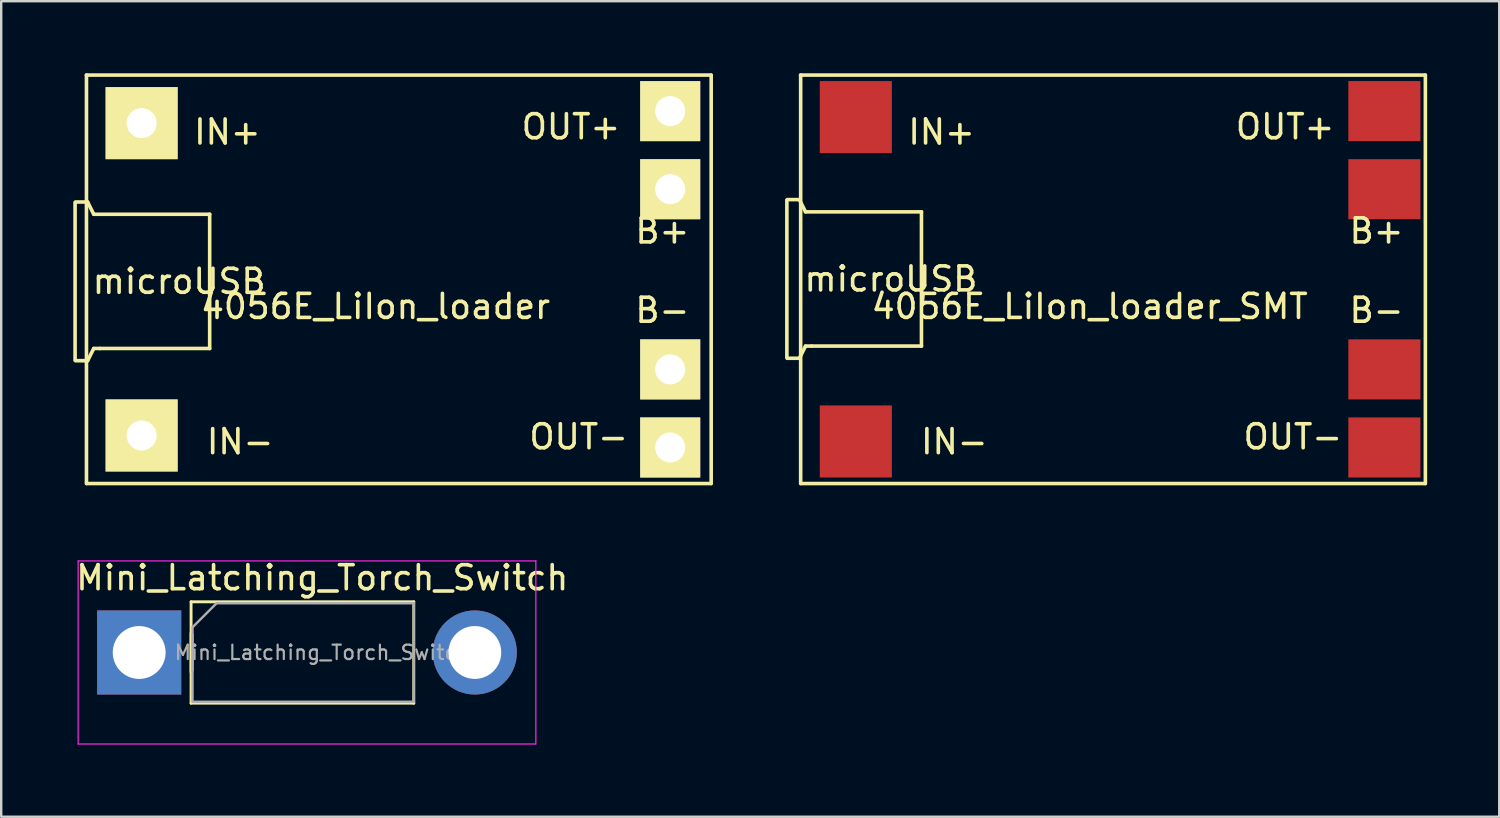
<source format=kicad_pcb>
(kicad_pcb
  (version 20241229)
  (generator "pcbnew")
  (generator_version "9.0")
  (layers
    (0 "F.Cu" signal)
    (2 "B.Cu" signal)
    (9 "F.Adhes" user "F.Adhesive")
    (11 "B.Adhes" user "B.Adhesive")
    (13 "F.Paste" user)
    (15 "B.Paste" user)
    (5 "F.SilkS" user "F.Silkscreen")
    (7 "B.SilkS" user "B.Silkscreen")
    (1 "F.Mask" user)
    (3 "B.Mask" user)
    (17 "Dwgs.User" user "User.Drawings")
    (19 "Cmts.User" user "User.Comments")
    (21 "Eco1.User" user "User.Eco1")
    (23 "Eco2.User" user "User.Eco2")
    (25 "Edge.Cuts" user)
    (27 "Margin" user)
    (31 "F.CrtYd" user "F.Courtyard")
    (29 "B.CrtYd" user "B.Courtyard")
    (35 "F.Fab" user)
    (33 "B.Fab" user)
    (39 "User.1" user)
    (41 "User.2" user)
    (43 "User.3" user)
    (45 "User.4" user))
  (footprint "4056E_LiIon_loader"
    (layer "F.Cu")
    (at 13.845 8.575)
    (property "Reference" "4056E_LiIon_loader" (at -1.266 1.13 0) (layer "F.SilkS") (effects (font (size 1 1) (thickness 0.15))))
    (attr through_hole)
    (fp_line (start -13.77 3.36) (end -13.77 -3.19) (stroke (width 0.15) (type solid)) (layer "F.SilkS"))
    (fp_line (start -13.756 -3.216) (end -13.248 -3.216) (stroke (width 0.15) (type solid)) (layer "F.SilkS"))
    (fp_line (start -13.756 3.388) (end -13.248 3.388) (stroke (width 0.15) (type solid)) (layer "F.SilkS"))
    (fp_line (start -13.3 -8.5) (end 12.7 -8.5) (stroke (width 0.15) (type solid)) (layer "F.SilkS"))
    (fp_line (start -13.296 8.5) (end -13.296 -8.5) (stroke (width 0.15) (type solid)) (layer "F.SilkS"))
    (fp_line (start -13.29 8.5) (end 12.7 8.5) (stroke (width 0.15) (type solid)) (layer "F.SilkS"))
    (fp_line (start -13.248 -3.216) (end -12.994 -2.708) (stroke (width 0.15) (type solid)) (layer "F.SilkS"))
    (fp_line (start -13.248 3.388) (end -12.994 2.88) (stroke (width 0.15) (type solid)) (layer "F.SilkS"))
    (fp_line (start -12.994 -2.708) (end -8.168 -2.708) (stroke (width 0.15) (type solid)) (layer "F.SilkS"))
    (fp_line (start -12.994 2.88) (end -12.74 2.88) (stroke (width 0.15) (type solid)) (layer "F.SilkS"))
    (fp_line (start -8.168 -2.708) (end -8.168 2.88) (stroke (width 0.15) (type solid)) (layer "F.SilkS"))
    (fp_line (start -8.168 2.88) (end -12.74 2.88) (stroke (width 0.15) (type solid)) (layer "F.SilkS"))
    (fp_line (start 12.706 -8.5) (end 12.706 8.5) (stroke (width 0.15) (type solid)) (layer "F.SilkS"))
    (fp_text user "microUSB" (at -9.438 0.086 180) (layer "F.SilkS") (effects (font (size 1 1) (thickness 0.15))))
    (fp_text user "B+" (at 10.674 -2.012 0) (layer "F.SilkS") (effects (font (size 1 1) (thickness 0.15))))
    (fp_text user "B-" (at 10.674 1.29 0) (layer "F.SilkS") (effects (font (size 1 1) (thickness 0.15))))
    (fp_text user "IN-" (at -6.9 6.76 0) (layer "F.SilkS") (effects (font (size 1 1) (thickness 0.15))))
    (fp_text user "OUT-" (at 7.19 6.556 0) (layer "F.SilkS") (effects (font (size 1 1) (thickness 0.15))))
    (fp_text user "IN+" (at -7.43 -6.13 0) (layer "F.SilkS") (effects (font (size 1 1) (thickness 0.15))))
    (fp_text user "OUT+" (at 6.87 -6.348 0) (layer "F.SilkS") (effects (font (size 1 1) (thickness 0.15))))
    (pad "1" thru_hole rect (at -11 -6.5) (size 3 3) (drill 1.25) (layers "*.Cu" "*.Mask" "F.SilkS"))
    (pad "2" thru_hole rect (at -11 6.5) (size 3 3) (drill 1.25) (layers "*.Cu" "*.Mask" "F.SilkS"))
    (pad "3" thru_hole rect (at 11 -3.75) (size 2.5 2.5) (drill 1.25) (layers "*.Cu" "*.Mask" "F.SilkS"))
    (pad "4" thru_hole rect (at 11 3.75) (size 2.5 2.5) (drill 1.25) (layers "*.Cu" "*.Mask" "F.SilkS"))
    (pad "5" thru_hole rect (at 11 -7) (size 2.5 2.5) (drill 1.25) (layers "*.Cu" "*.Mask" "F.SilkS"))
    (pad "6" thru_hole rect (at 11 7) (size 2.5 2.5) (drill 1.25) (layers "*.Cu" "*.Mask" "F.SilkS")))
  (footprint "Mini_Latching_Torch_Switch"
    (layer "F.Cu")
    (at 2.743 24.108)
    (property "Reference" "Mini_Latching_Torch_Switch" (at 7.62 -3.11 0) (layer "F.SilkS") (effects (font (size 1 1) (thickness 0.15))))
    (attr through_hole)
    (fp_line (start 2.16 -2.11) (end 2.16 2.11) (stroke (width 0.12) (type solid)) (layer "F.SilkS"))
    (fp_line (start 2.16 -2.11) (end 11.43 -2.11) (stroke (width 0.12) (type solid)) (layer "F.SilkS"))
    (fp_line (start 2.16 -0.81) (end 2.16 0.81) (stroke (width 0.12) (type solid)) (layer "F.SilkS"))
    (fp_line (start 2.16 2.11) (end 11.43 2.11) (stroke (width 0.12) (type solid)) (layer "F.SilkS"))
    (fp_line (start 11.43 -2.11) (end 11.43 2.11) (stroke (width 0.12) (type solid)) (layer "F.SilkS"))
    (fp_line (start -2.54 -3.81) (end -2.54 3.81) (stroke (width 0.05) (type solid)) (layer "F.CrtYd"))
    (fp_line (start -2.54 3.81) (end 16.51 3.81) (stroke (width 0.05) (type solid)) (layer "F.CrtYd"))
    (fp_line (start 16.51 -3.81) (end -2.54 -3.81) (stroke (width 0.05) (type solid)) (layer "F.CrtYd"))
    (fp_line (start 16.51 3.81) (end 16.51 -3.81) (stroke (width 0.05) (type solid)) (layer "F.CrtYd"))
    (fp_line (start 2.22 -1.05) (end 3.22 -2.05) (stroke (width 0.1) (type solid)) (layer "F.Fab"))
    (fp_line (start 2.22 -0.75) (end 2.22 0.75) (stroke (width 0.1) (type solid)) (layer "F.Fab"))
    (fp_line (start 2.22 2.05) (end 2.22 -1.05) (stroke (width 0.1) (type solid)) (layer "F.Fab"))
    (fp_line (start 3.22 -2.05) (end 11.43 -2.05) (stroke (width 0.1) (type solid)) (layer "F.Fab"))
    (fp_line (start 11.43 -2.05) (end 11.43 2.05) (stroke (width 0.1) (type solid)) (layer "F.Fab"))
    (fp_line (start 11.43 2.05) (end 2.22 2.05) (stroke (width 0.1) (type solid)) (layer "F.Fab"))
    (fp_text user "${REFERENCE}" (at 7.62 0 0) (layer "F.Fab") (effects (font (size 0.6 0.6) (thickness 0.09))))
    (pad "1" thru_hole rect (at 0 0) (size 3.5 3.5) (drill 2.2) (layers "*.Cu" "*.Mask"))
    (pad "2" thru_hole oval (at 13.97 0) (size 3.5 3.5) (drill 2.2) (layers "*.Cu" "*.Mask")))
  (footprint "4056E_LiIon_loader_SMT"
    (layer "F.Cu")
    (at 43.571 8.575)
    (property "Reference" "4056E_LiIon_loader_SMT" (at -1.266 1.13 0) (layer "F.SilkS") (effects (font (size 1 1) (thickness 0.15))))
    (attr through_hole)
    (fp_line (start -13.87 3.26) (end -13.87 -3.29) (stroke (width 0.15) (type solid)) (layer "F.SilkS"))
    (fp_line (start -13.856 -3.316) (end -13.348 -3.316) (stroke (width 0.15) (type solid)) (layer "F.SilkS"))
    (fp_line (start -13.856 3.288) (end -13.348 3.288) (stroke (width 0.15) (type solid)) (layer "F.SilkS"))
    (fp_line (start -13.348 -3.316) (end -13.094 -2.808) (stroke (width 0.15) (type solid)) (layer "F.SilkS"))
    (fp_line (start -13.348 3.288) (end -13.094 2.78) (stroke (width 0.15) (type solid)) (layer "F.SilkS"))
    (fp_line (start -13.3 -8.5) (end 12.7 -8.5) (stroke (width 0.15) (type solid)) (layer "F.SilkS"))
    (fp_line (start -13.296 8.5) (end -13.296 -8.5) (stroke (width 0.15) (type solid)) (layer "F.SilkS"))
    (fp_line (start -13.29 8.5) (end 12.7 8.5) (stroke (width 0.15) (type solid)) (layer "F.SilkS"))
    (fp_line (start -13.094 -2.808) (end -8.268 -2.808) (stroke (width 0.15) (type solid)) (layer "F.SilkS"))
    (fp_line (start -13.094 2.78) (end -12.84 2.78) (stroke (width 0.15) (type solid)) (layer "F.SilkS"))
    (fp_line (start -8.268 -2.808) (end -8.268 2.78) (stroke (width 0.15) (type solid)) (layer "F.SilkS"))
    (fp_line (start -8.268 2.78) (end -12.84 2.78) (stroke (width 0.15) (type solid)) (layer "F.SilkS"))
    (fp_line (start 12.706 -8.5) (end 12.706 8.5) (stroke (width 0.15) (type solid)) (layer "F.SilkS"))
    (fp_text user "IN+" (at -7.43 -6.13 0) (layer "F.SilkS") (effects (font (size 1 1) (thickness 0.15))))
    (fp_text user "microUSB" (at -9.538 -0.014 180) (layer "F.SilkS") (effects (font (size 1 1) (thickness 0.15))))
    (fp_text user "B+" (at 10.674 -2.012 0) (layer "F.SilkS") (effects (font (size 1 1) (thickness 0.15))))
    (fp_text user "B-" (at 10.674 1.29 0) (layer "F.SilkS") (effects (font (size 1 1) (thickness 0.15))))
    (fp_text user "IN-" (at -6.9 6.76 0) (layer "F.SilkS") (effects (font (size 1 1) (thickness 0.15))))
    (fp_text user "OUT-" (at 7.19 6.556 0) (layer "F.SilkS") (effects (font (size 1 1) (thickness 0.15))))
    (fp_text user "OUT+" (at 6.87 -6.348 0) (layer "F.SilkS") (effects (font (size 1 1) (thickness 0.15))))
    (pad "1" smd rect (at -11 -6.75) (size 3 3) (layers "F.Cu" "F.Mask" "F.Paste"))
    (pad "2" smd rect (at -11 6.75) (size 3 3) (layers "F.Cu" "F.Mask" "F.Paste"))
    (pad "3" smd rect (at 11 -3.75) (size 3 2.5) (layers "F.Cu" "F.Mask" "F.Paste"))
    (pad "4" smd rect (at 11 3.75) (size 3 2.5) (layers "F.Cu" "F.Mask" "F.Paste"))
    (pad "5" smd rect (at 11 -7) (size 3 2.5) (layers "F.Cu" "F.Mask" "F.Paste"))
    (pad "6" smd rect (at 11 7) (size 3 2.5) (layers "F.Cu" "F.Mask" "F.Paste")))
  (gr_rect
    (start -3 -3)
    (end 59.352 30.943)
    (stroke (width 0.1) (type default))
    (fill no)
    (layer "Edge.Cuts")))
</source>
